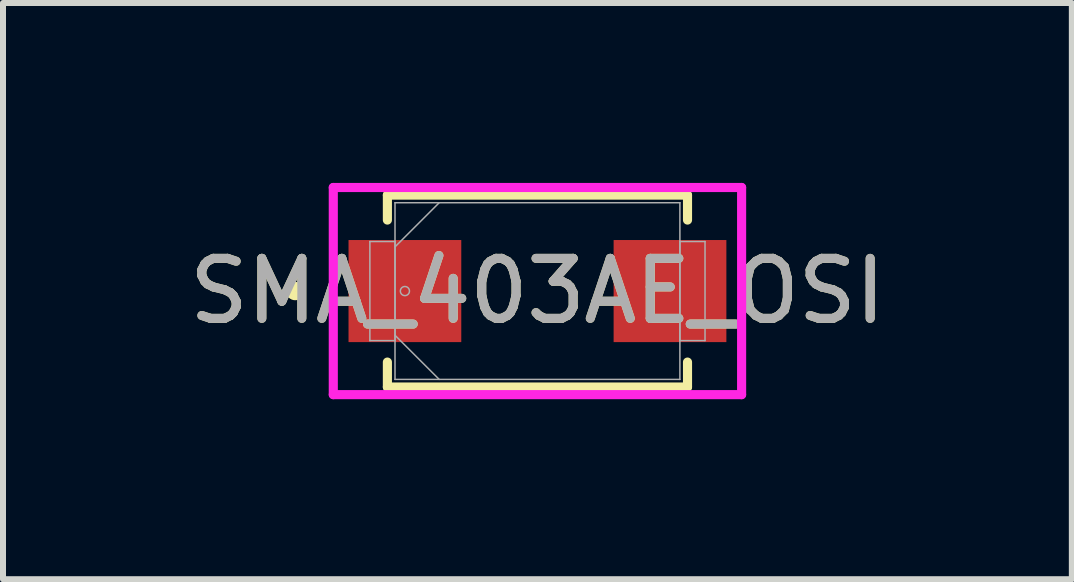
<source format=kicad_pcb>
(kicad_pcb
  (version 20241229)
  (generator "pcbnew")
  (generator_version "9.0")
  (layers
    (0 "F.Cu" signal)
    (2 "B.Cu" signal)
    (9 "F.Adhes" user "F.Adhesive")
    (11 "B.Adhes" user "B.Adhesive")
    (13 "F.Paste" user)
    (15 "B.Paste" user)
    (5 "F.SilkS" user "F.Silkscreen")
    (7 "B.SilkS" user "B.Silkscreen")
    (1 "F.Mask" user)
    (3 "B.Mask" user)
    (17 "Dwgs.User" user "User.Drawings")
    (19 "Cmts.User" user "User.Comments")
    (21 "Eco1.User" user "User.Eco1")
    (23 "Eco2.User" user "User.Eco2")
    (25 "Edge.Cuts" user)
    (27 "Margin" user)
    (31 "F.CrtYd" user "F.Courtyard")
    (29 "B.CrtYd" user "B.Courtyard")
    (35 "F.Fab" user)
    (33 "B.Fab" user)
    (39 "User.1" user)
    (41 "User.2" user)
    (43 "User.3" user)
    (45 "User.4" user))
  (footprint "SMA_403AE_OSI"
    (layer "F.Cu")
    (at 5.911 1.803)
    (property "Reference" "SMA_403AE_OSI" (at 0 0 0) (unlocked yes) (layer "F.SilkS") (effects (font (size 1 1) (thickness 0.15))))
    (attr smd)
    (fp_line (start -2.502 -1.6) (end -2.502 -1.184) (stroke (width 0.152) (type solid)) (layer "F.SilkS"))
    (fp_line (start -2.502 1.184) (end -2.502 1.6) (stroke (width 0.152) (type solid)) (layer "F.SilkS"))
    (fp_line (start -2.502 1.6) (end 2.502 1.6) (stroke (width 0.152) (type solid)) (layer "F.SilkS"))
    (fp_line (start 2.502 -1.6) (end -2.502 -1.6) (stroke (width 0.152) (type solid)) (layer "F.SilkS"))
    (fp_line (start 2.502 -1.184) (end 2.502 -1.6) (stroke (width 0.152) (type solid)) (layer "F.SilkS"))
    (fp_line (start 2.502 1.6) (end 2.502 1.184) (stroke (width 0.152) (type solid)) (layer "F.SilkS"))
    (fp_circle (center -4.039 0) (end -3.962 0) (stroke (width 0.152) (type solid)) (fill no) (layer "F.SilkS"))
    (fp_line (start -3.404 -1.727) (end 3.404 -1.727) (stroke (width 0.152) (type solid)) (layer "F.CrtYd"))
    (fp_line (start -3.404 1.727) (end -3.404 -1.727) (stroke (width 0.152) (type solid)) (layer "F.CrtYd"))
    (fp_line (start 3.404 -1.727) (end 3.404 1.727) (stroke (width 0.152) (type solid)) (layer "F.CrtYd"))
    (fp_line (start 3.404 1.727) (end -3.404 1.727) (stroke (width 0.152) (type solid)) (layer "F.CrtYd"))
    (fp_line (start -2.794 -0.826) (end -2.794 0.826) (stroke (width 0.025) (type solid)) (layer "F.Fab"))
    (fp_line (start -2.794 0.826) (end -2.375 0.826) (stroke (width 0.025) (type solid)) (layer "F.Fab"))
    (fp_line (start -2.375 -1.473) (end -2.375 1.473) (stroke (width 0.025) (type solid)) (layer "F.Fab"))
    (fp_line (start -2.375 -0.826) (end -2.794 -0.826) (stroke (width 0.025) (type solid)) (layer "F.Fab"))
    (fp_line (start -2.375 -0.737) (end -1.638 -1.473) (stroke (width 0.025) (type solid)) (layer "F.Fab"))
    (fp_line (start -2.375 0.737) (end -1.638 1.473) (stroke (width 0.025) (type solid)) (layer "F.Fab"))
    (fp_line (start -2.375 0.826) (end -2.375 -0.826) (stroke (width 0.025) (type solid)) (layer "F.Fab"))
    (fp_line (start -2.375 1.473) (end 2.375 1.473) (stroke (width 0.025) (type solid)) (layer "F.Fab"))
    (fp_line (start 2.375 -1.473) (end -2.375 -1.473) (stroke (width 0.025) (type solid)) (layer "F.Fab"))
    (fp_line (start 2.375 -0.826) (end 2.375 0.826) (stroke (width 0.025) (type solid)) (layer "F.Fab"))
    (fp_line (start 2.375 0.826) (end 2.794 0.826) (stroke (width 0.025) (type solid)) (layer "F.Fab"))
    (fp_line (start 2.375 1.473) (end 2.375 -1.473) (stroke (width 0.025) (type solid)) (layer "F.Fab"))
    (fp_line (start 2.794 -0.826) (end 2.375 -0.826) (stroke (width 0.025) (type solid)) (layer "F.Fab"))
    (fp_line (start 2.794 0.826) (end 2.794 -0.826) (stroke (width 0.025) (type solid)) (layer "F.Fab"))
    (fp_circle (center -2.21 0) (end -2.134 0) (stroke (width 0.025) (type solid)) (fill no) (layer "F.Fab"))
    (fp_text user "${REFERENCE}" (at 0 0 0) (unlocked yes) (layer "F.Fab") (effects (font (size 1 1) (thickness 0.15))))
    (pad "1" smd rect (at -2.21 0) (size 1.88 1.702) (layers "F.Cu" "F.Mask" "F.Paste"))
    (pad "2" smd rect (at 2.21 0) (size 1.88 1.702) (layers "F.Cu" "F.Mask" "F.Paste"))
    (zone (net_name "") (layer "F.Cu") (hatch full 0.508) (connect_pads) (min_thickness 0.254) (filled_areas_thickness no) (keepout (tracks not_allowed) (vias not_allowed) (pads allowed) (copperpour not_allowed) (footprints allowed)) (placement (enabled no)) (fill) (polygon (pts (xy 4.692 0.381) (xy 7.13 0.381) (xy 7.13 3.226) (xy 4.692 3.226)))))
  (gr_rect
    (start -3 -3)
    (end 14.821 6.607)
    (stroke (width 0.1) (type default))
    (fill no)
    (layer "Edge.Cuts")))
</source>
